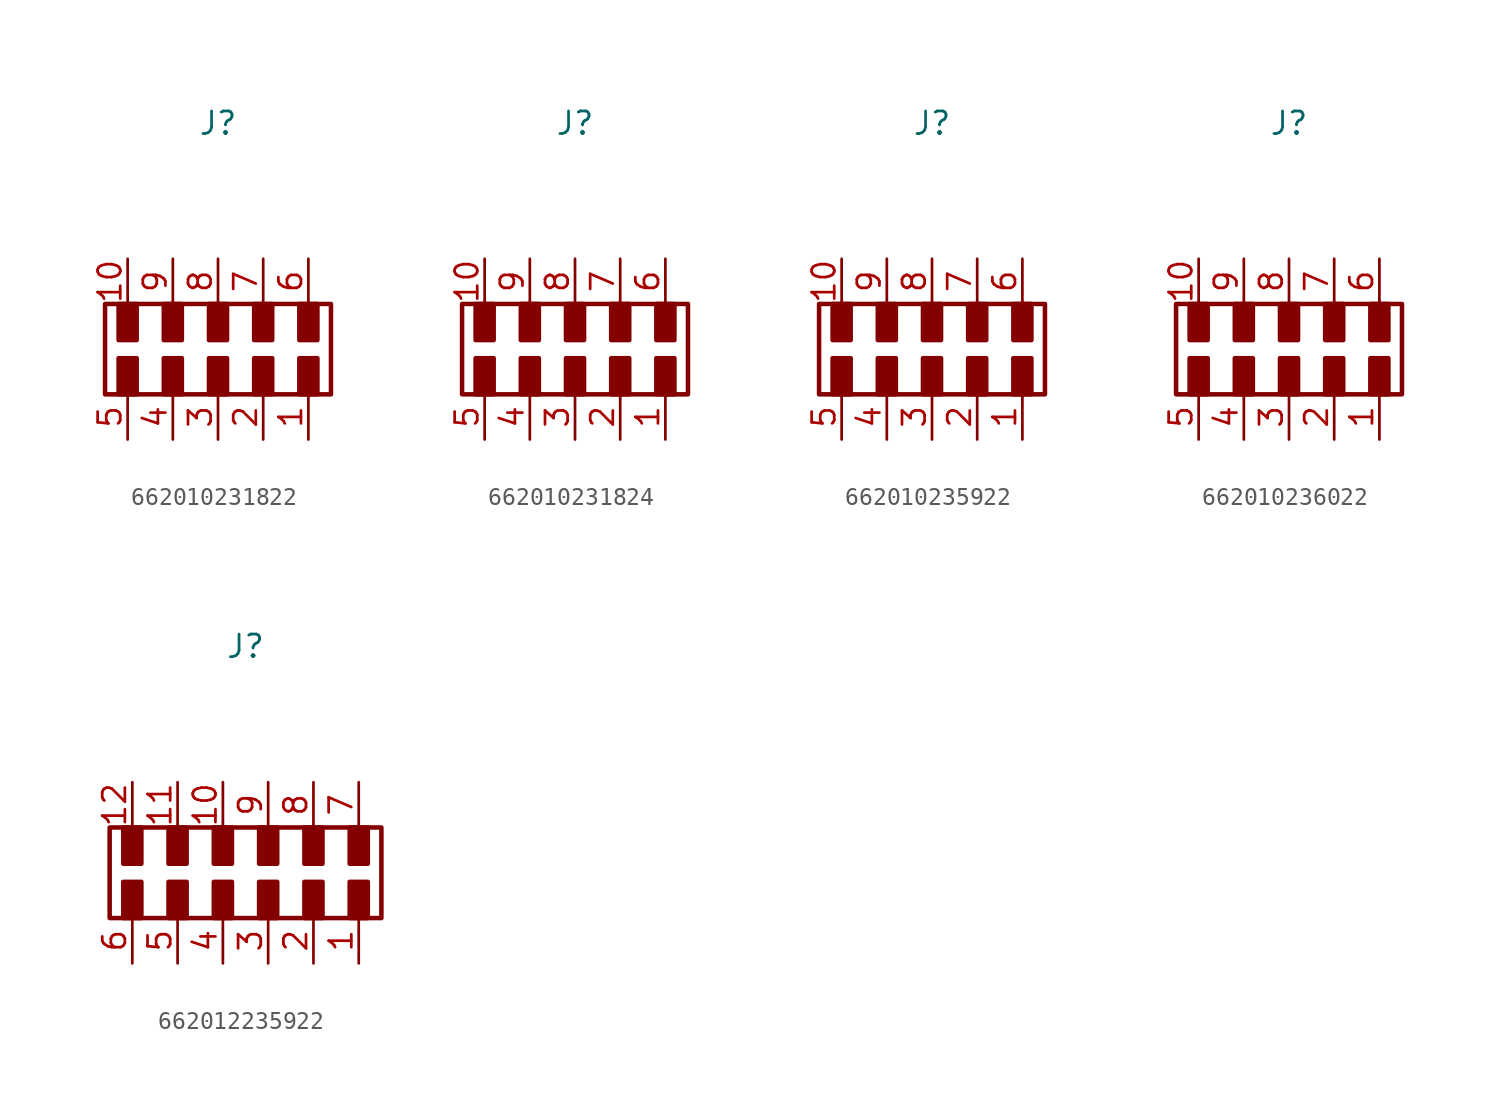
<source format=kicad_sym>
(kicad_symbol_lib
  (version 20241209)
  (generator "kicad_symbol_editor")
  (generator_version "9.0")
  (symbol "662010231822"
    (pin_names
      (hide yes))
    (property "Reference" "J"
      (at 0 12.7 0)
      (effects (font (size 1.27 1.27))))
    (symbol "662010231822_1_1"
      (rectangle (start -6.35 2.54) (end 6.35 -2.54) (stroke (width 0.254) (type solid)) (fill (type none)))
      (rectangle (start -5.588 2.54) (end -4.572 0.508) (stroke (width 0.254) (type solid)) (fill (type outline)))
      (rectangle (start -5.588 -0.508) (end -4.572 -2.54) (stroke (width 0.254) (type solid)) (fill (type outline)))
      (rectangle (start -3.048 2.54) (end -2.032 0.508) (stroke (width 0.254) (type solid)) (fill (type outline)))
      (rectangle (start -3.048 -0.508) (end -2.032 -2.54) (stroke (width 0.254) (type solid)) (fill (type outline)))
      (rectangle (start -0.508 2.54) (end 0.508 0.508) (stroke (width 0.254) (type solid)) (fill (type outline)))
      (rectangle (start -0.508 -0.508) (end 0.508 -2.54) (stroke (width 0.254) (type solid)) (fill (type outline)))
      (rectangle (start 2.032 2.54) (end 3.048 0.508) (stroke (width 0.254) (type solid)) (fill (type outline)))
      (rectangle (start 2.032 -0.508) (end 3.048 -2.54) (stroke (width 0.254) (type solid)) (fill (type outline)))
      (rectangle (start 4.572 2.54) (end 5.588 0.508) (stroke (width 0.254) (type solid)) (fill (type outline)))
      (rectangle (start 4.572 -0.508) (end 5.588 -2.54) (stroke (width 0.254) (type solid)) (fill (type outline)))
      (pin passive line (at -5.08 5.08 270) (length 2.54) (name "10" (effects (font (size 1.27 1.27)))) (number "10" (effects (font (size 1.27 1.27)))))
      (pin passive line (at -5.08 -5.08 90) (length 2.54) (name "5" (effects (font (size 1.27 1.27)))) (number "5" (effects (font (size 1.27 1.27)))))
      (pin passive line (at -2.54 5.08 270) (length 2.54) (name "9" (effects (font (size 1.27 1.27)))) (number "9" (effects (font (size 1.27 1.27)))))
      (pin passive line (at -2.54 -5.08 90) (length 2.54) (name "4" (effects (font (size 1.27 1.27)))) (number "4" (effects (font (size 1.27 1.27)))))
      (pin passive line (at 0 5.08 270) (length 2.54) (name "8" (effects (font (size 1.27 1.27)))) (number "8" (effects (font (size 1.27 1.27)))))
      (pin passive line (at 0 -5.08 90) (length 2.54) (name "3" (effects (font (size 1.27 1.27)))) (number "3" (effects (font (size 1.27 1.27)))))
      (pin passive line (at 2.54 5.08 270) (length 2.54) (name "7" (effects (font (size 1.27 1.27)))) (number "7" (effects (font (size 1.27 1.27)))))
      (pin passive line (at 2.54 -5.08 90) (length 2.54) (name "2" (effects (font (size 1.27 1.27)))) (number "2" (effects (font (size 1.27 1.27)))))
      (pin passive line (at 5.08 5.08 270) (length 2.54) (name "6" (effects (font (size 1.27 1.27)))) (number "6" (effects (font (size 1.27 1.27)))))
      (pin passive line (at 5.08 -5.08 90) (length 2.54) (name "1" (effects (font (size 1.27 1.27)))) (number "1" (effects (font (size 1.27 1.27)))))))
  (symbol "662010231824"
    (pin_names
      (hide yes))
    (property "Reference" "J"
      (at 0 12.7 0)
      (effects (font (size 1.27 1.27))))
    (symbol "662010231824_1_1"
      (rectangle (start -6.35 2.54) (end 6.35 -2.54) (stroke (width 0.254) (type solid)) (fill (type none)))
      (rectangle (start -5.588 2.54) (end -4.572 0.508) (stroke (width 0.254) (type solid)) (fill (type outline)))
      (rectangle (start -5.588 -0.508) (end -4.572 -2.54) (stroke (width 0.254) (type solid)) (fill (type outline)))
      (rectangle (start -3.048 2.54) (end -2.032 0.508) (stroke (width 0.254) (type solid)) (fill (type outline)))
      (rectangle (start -3.048 -0.508) (end -2.032 -2.54) (stroke (width 0.254) (type solid)) (fill (type outline)))
      (rectangle (start -0.508 2.54) (end 0.508 0.508) (stroke (width 0.254) (type solid)) (fill (type outline)))
      (rectangle (start -0.508 -0.508) (end 0.508 -2.54) (stroke (width 0.254) (type solid)) (fill (type outline)))
      (rectangle (start 2.032 2.54) (end 3.048 0.508) (stroke (width 0.254) (type solid)) (fill (type outline)))
      (rectangle (start 2.032 -0.508) (end 3.048 -2.54) (stroke (width 0.254) (type solid)) (fill (type outline)))
      (rectangle (start 4.572 2.54) (end 5.588 0.508) (stroke (width 0.254) (type solid)) (fill (type outline)))
      (rectangle (start 4.572 -0.508) (end 5.588 -2.54) (stroke (width 0.254) (type solid)) (fill (type outline)))
      (pin passive line (at -5.08 5.08 270) (length 2.54) (name "10" (effects (font (size 1.27 1.27)))) (number "10" (effects (font (size 1.27 1.27)))))
      (pin passive line (at -5.08 -5.08 90) (length 2.54) (name "5" (effects (font (size 1.27 1.27)))) (number "5" (effects (font (size 1.27 1.27)))))
      (pin passive line (at -2.54 5.08 270) (length 2.54) (name "9" (effects (font (size 1.27 1.27)))) (number "9" (effects (font (size 1.27 1.27)))))
      (pin passive line (at -2.54 -5.08 90) (length 2.54) (name "4" (effects (font (size 1.27 1.27)))) (number "4" (effects (font (size 1.27 1.27)))))
      (pin passive line (at 0 5.08 270) (length 2.54) (name "8" (effects (font (size 1.27 1.27)))) (number "8" (effects (font (size 1.27 1.27)))))
      (pin passive line (at 0 -5.08 90) (length 2.54) (name "3" (effects (font (size 1.27 1.27)))) (number "3" (effects (font (size 1.27 1.27)))))
      (pin passive line (at 2.54 5.08 270) (length 2.54) (name "7" (effects (font (size 1.27 1.27)))) (number "7" (effects (font (size 1.27 1.27)))))
      (pin passive line (at 2.54 -5.08 90) (length 2.54) (name "2" (effects (font (size 1.27 1.27)))) (number "2" (effects (font (size 1.27 1.27)))))
      (pin passive line (at 5.08 5.08 270) (length 2.54) (name "6" (effects (font (size 1.27 1.27)))) (number "6" (effects (font (size 1.27 1.27)))))
      (pin passive line (at 5.08 -5.08 90) (length 2.54) (name "1" (effects (font (size 1.27 1.27)))) (number "1" (effects (font (size 1.27 1.27)))))))
  (symbol "662010235922"
    (pin_names
      (hide yes))
    (property "Reference" "J"
      (at 0 12.7 0)
      (effects (font (size 1.27 1.27))))
    (symbol "662010235922_1_1"
      (rectangle (start -6.35 2.54) (end 6.35 -2.54) (stroke (width 0.254) (type solid)) (fill (type none)))
      (rectangle (start -5.588 2.54) (end -4.572 0.508) (stroke (width 0.254) (type solid)) (fill (type outline)))
      (rectangle (start -5.588 -0.508) (end -4.572 -2.54) (stroke (width 0.254) (type solid)) (fill (type outline)))
      (rectangle (start -3.048 2.54) (end -2.032 0.508) (stroke (width 0.254) (type solid)) (fill (type outline)))
      (rectangle (start -3.048 -0.508) (end -2.032 -2.54) (stroke (width 0.254) (type solid)) (fill (type outline)))
      (rectangle (start -0.508 2.54) (end 0.508 0.508) (stroke (width 0.254) (type solid)) (fill (type outline)))
      (rectangle (start -0.508 -0.508) (end 0.508 -2.54) (stroke (width 0.254) (type solid)) (fill (type outline)))
      (rectangle (start 2.032 2.54) (end 3.048 0.508) (stroke (width 0.254) (type solid)) (fill (type outline)))
      (rectangle (start 2.032 -0.508) (end 3.048 -2.54) (stroke (width 0.254) (type solid)) (fill (type outline)))
      (rectangle (start 4.572 2.54) (end 5.588 0.508) (stroke (width 0.254) (type solid)) (fill (type outline)))
      (rectangle (start 4.572 -0.508) (end 5.588 -2.54) (stroke (width 0.254) (type solid)) (fill (type outline)))
      (pin passive line (at -5.08 5.08 270) (length 2.54) (name "10" (effects (font (size 1.27 1.27)))) (number "10" (effects (font (size 1.27 1.27)))))
      (pin passive line (at -5.08 -5.08 90) (length 2.54) (name "5" (effects (font (size 1.27 1.27)))) (number "5" (effects (font (size 1.27 1.27)))))
      (pin passive line (at -2.54 5.08 270) (length 2.54) (name "9" (effects (font (size 1.27 1.27)))) (number "9" (effects (font (size 1.27 1.27)))))
      (pin passive line (at -2.54 -5.08 90) (length 2.54) (name "4" (effects (font (size 1.27 1.27)))) (number "4" (effects (font (size 1.27 1.27)))))
      (pin passive line (at 0 5.08 270) (length 2.54) (name "8" (effects (font (size 1.27 1.27)))) (number "8" (effects (font (size 1.27 1.27)))))
      (pin passive line (at 0 -5.08 90) (length 2.54) (name "3" (effects (font (size 1.27 1.27)))) (number "3" (effects (font (size 1.27 1.27)))))
      (pin passive line (at 2.54 5.08 270) (length 2.54) (name "7" (effects (font (size 1.27 1.27)))) (number "7" (effects (font (size 1.27 1.27)))))
      (pin passive line (at 2.54 -5.08 90) (length 2.54) (name "2" (effects (font (size 1.27 1.27)))) (number "2" (effects (font (size 1.27 1.27)))))
      (pin passive line (at 5.08 5.08 270) (length 2.54) (name "6" (effects (font (size 1.27 1.27)))) (number "6" (effects (font (size 1.27 1.27)))))
      (pin passive line (at 5.08 -5.08 90) (length 2.54) (name "1" (effects (font (size 1.27 1.27)))) (number "1" (effects (font (size 1.27 1.27)))))))
  (symbol "662010236022"
    (pin_names
      (hide yes))
    (property "Reference" "J"
      (at 0 12.7 0)
      (effects (font (size 1.27 1.27))))
    (symbol "662010236022_1_1"
      (rectangle (start -6.35 2.54) (end 6.35 -2.54) (stroke (width 0.254) (type solid)) (fill (type none)))
      (rectangle (start -5.588 2.54) (end -4.572 0.508) (stroke (width 0.254) (type solid)) (fill (type outline)))
      (rectangle (start -5.588 -0.508) (end -4.572 -2.54) (stroke (width 0.254) (type solid)) (fill (type outline)))
      (rectangle (start -3.048 2.54) (end -2.032 0.508) (stroke (width 0.254) (type solid)) (fill (type outline)))
      (rectangle (start -3.048 -0.508) (end -2.032 -2.54) (stroke (width 0.254) (type solid)) (fill (type outline)))
      (rectangle (start -0.508 2.54) (end 0.508 0.508) (stroke (width 0.254) (type solid)) (fill (type outline)))
      (rectangle (start -0.508 -0.508) (end 0.508 -2.54) (stroke (width 0.254) (type solid)) (fill (type outline)))
      (rectangle (start 2.032 2.54) (end 3.048 0.508) (stroke (width 0.254) (type solid)) (fill (type outline)))
      (rectangle (start 2.032 -0.508) (end 3.048 -2.54) (stroke (width 0.254) (type solid)) (fill (type outline)))
      (rectangle (start 4.572 2.54) (end 5.588 0.508) (stroke (width 0.254) (type solid)) (fill (type outline)))
      (rectangle (start 4.572 -0.508) (end 5.588 -2.54) (stroke (width 0.254) (type solid)) (fill (type outline)))
      (pin passive line (at -5.08 5.08 270) (length 2.54) (name "10" (effects (font (size 1.27 1.27)))) (number "10" (effects (font (size 1.27 1.27)))))
      (pin passive line (at -5.08 -5.08 90) (length 2.54) (name "5" (effects (font (size 1.27 1.27)))) (number "5" (effects (font (size 1.27 1.27)))))
      (pin passive line (at -2.54 5.08 270) (length 2.54) (name "9" (effects (font (size 1.27 1.27)))) (number "9" (effects (font (size 1.27 1.27)))))
      (pin passive line (at -2.54 -5.08 90) (length 2.54) (name "4" (effects (font (size 1.27 1.27)))) (number "4" (effects (font (size 1.27 1.27)))))
      (pin passive line (at 0 5.08 270) (length 2.54) (name "8" (effects (font (size 1.27 1.27)))) (number "8" (effects (font (size 1.27 1.27)))))
      (pin passive line (at 0 -5.08 90) (length 2.54) (name "3" (effects (font (size 1.27 1.27)))) (number "3" (effects (font (size 1.27 1.27)))))
      (pin passive line (at 2.54 5.08 270) (length 2.54) (name "7" (effects (font (size 1.27 1.27)))) (number "7" (effects (font (size 1.27 1.27)))))
      (pin passive line (at 2.54 -5.08 90) (length 2.54) (name "2" (effects (font (size 1.27 1.27)))) (number "2" (effects (font (size 1.27 1.27)))))
      (pin passive line (at 5.08 5.08 270) (length 2.54) (name "6" (effects (font (size 1.27 1.27)))) (number "6" (effects (font (size 1.27 1.27)))))
      (pin passive line (at 5.08 -5.08 90) (length 2.54) (name "1" (effects (font (size 1.27 1.27)))) (number "1" (effects (font (size 1.27 1.27)))))))
  (symbol "662012235922"
    (pin_names
      (hide yes))
    (property "Reference" "J"
      (at 0 12.7 0)
      (effects (font (size 1.27 1.27))))
    (symbol "662012235922_1_1"
      (rectangle (start -7.62 2.54) (end 7.62 -2.54) (stroke (width 0.254) (type solid)) (fill (type none)))
      (rectangle (start -6.858 2.54) (end -5.842 0.508) (stroke (width 0.254) (type solid)) (fill (type outline)))
      (rectangle (start -6.858 -0.508) (end -5.842 -2.54) (stroke (width 0.254) (type solid)) (fill (type outline)))
      (rectangle (start -4.318 2.54) (end -3.302 0.508) (stroke (width 0.254) (type solid)) (fill (type outline)))
      (rectangle (start -4.318 -0.508) (end -3.302 -2.54) (stroke (width 0.254) (type solid)) (fill (type outline)))
      (rectangle (start -1.778 2.54) (end -0.762 0.508) (stroke (width 0.254) (type solid)) (fill (type outline)))
      (rectangle (start -1.778 -0.508) (end -0.762 -2.54) (stroke (width 0.254) (type solid)) (fill (type outline)))
      (rectangle (start 0.762 2.54) (end 1.778 0.508) (stroke (width 0.254) (type solid)) (fill (type outline)))
      (rectangle (start 0.762 -0.508) (end 1.778 -2.54) (stroke (width 0.254) (type solid)) (fill (type outline)))
      (rectangle (start 3.302 2.54) (end 4.318 0.508) (stroke (width 0.254) (type solid)) (fill (type outline)))
      (rectangle (start 3.302 -0.508) (end 4.318 -2.54) (stroke (width 0.254) (type solid)) (fill (type outline)))
      (rectangle (start 5.842 2.54) (end 6.858 0.508) (stroke (width 0.254) (type solid)) (fill (type outline)))
      (rectangle (start 5.842 -0.508) (end 6.858 -2.54) (stroke (width 0.254) (type solid)) (fill (type outline)))
      (pin passive line (at -6.35 5.08 270) (length 2.54) (name "12" (effects (font (size 1.27 1.27)))) (number "12" (effects (font (size 1.27 1.27)))))
      (pin passive line (at -6.35 -5.08 90) (length 2.54) (name "6" (effects (font (size 1.27 1.27)))) (number "6" (effects (font (size 1.27 1.27)))))
      (pin passive line (at -3.81 5.08 270) (length 2.54) (name "11" (effects (font (size 1.27 1.27)))) (number "11" (effects (font (size 1.27 1.27)))))
      (pin passive line (at -3.81 -5.08 90) (length 2.54) (name "5" (effects (font (size 1.27 1.27)))) (number "5" (effects (font (size 1.27 1.27)))))
      (pin passive line (at -1.27 5.08 270) (length 2.54) (name "10" (effects (font (size 1.27 1.27)))) (number "10" (effects (font (size 1.27 1.27)))))
      (pin passive line (at -1.27 -5.08 90) (length 2.54) (name "4" (effects (font (size 1.27 1.27)))) (number "4" (effects (font (size 1.27 1.27)))))
      (pin passive line (at 1.27 5.08 270) (length 2.54) (name "9" (effects (font (size 1.27 1.27)))) (number "9" (effects (font (size 1.27 1.27)))))
      (pin passive line (at 1.27 -5.08 90) (length 2.54) (name "3" (effects (font (size 1.27 1.27)))) (number "3" (effects (font (size 1.27 1.27)))))
      (pin passive line (at 3.81 5.08 270) (length 2.54) (name "8" (effects (font (size 1.27 1.27)))) (number "8" (effects (font (size 1.27 1.27)))))
      (pin passive line (at 3.81 -5.08 90) (length 2.54) (name "2" (effects (font (size 1.27 1.27)))) (number "2" (effects (font (size 1.27 1.27)))))
      (pin passive line (at 6.35 5.08 270) (length 2.54) (name "7" (effects (font (size 1.27 1.27)))) (number "7" (effects (font (size 1.27 1.27)))))
      (pin passive line (at 6.35 -5.08 90) (length 2.54) (name "1" (effects (font (size 1.27 1.27)))) (number "1" (effects (font (size 1.27 1.27))))))))
</source>
